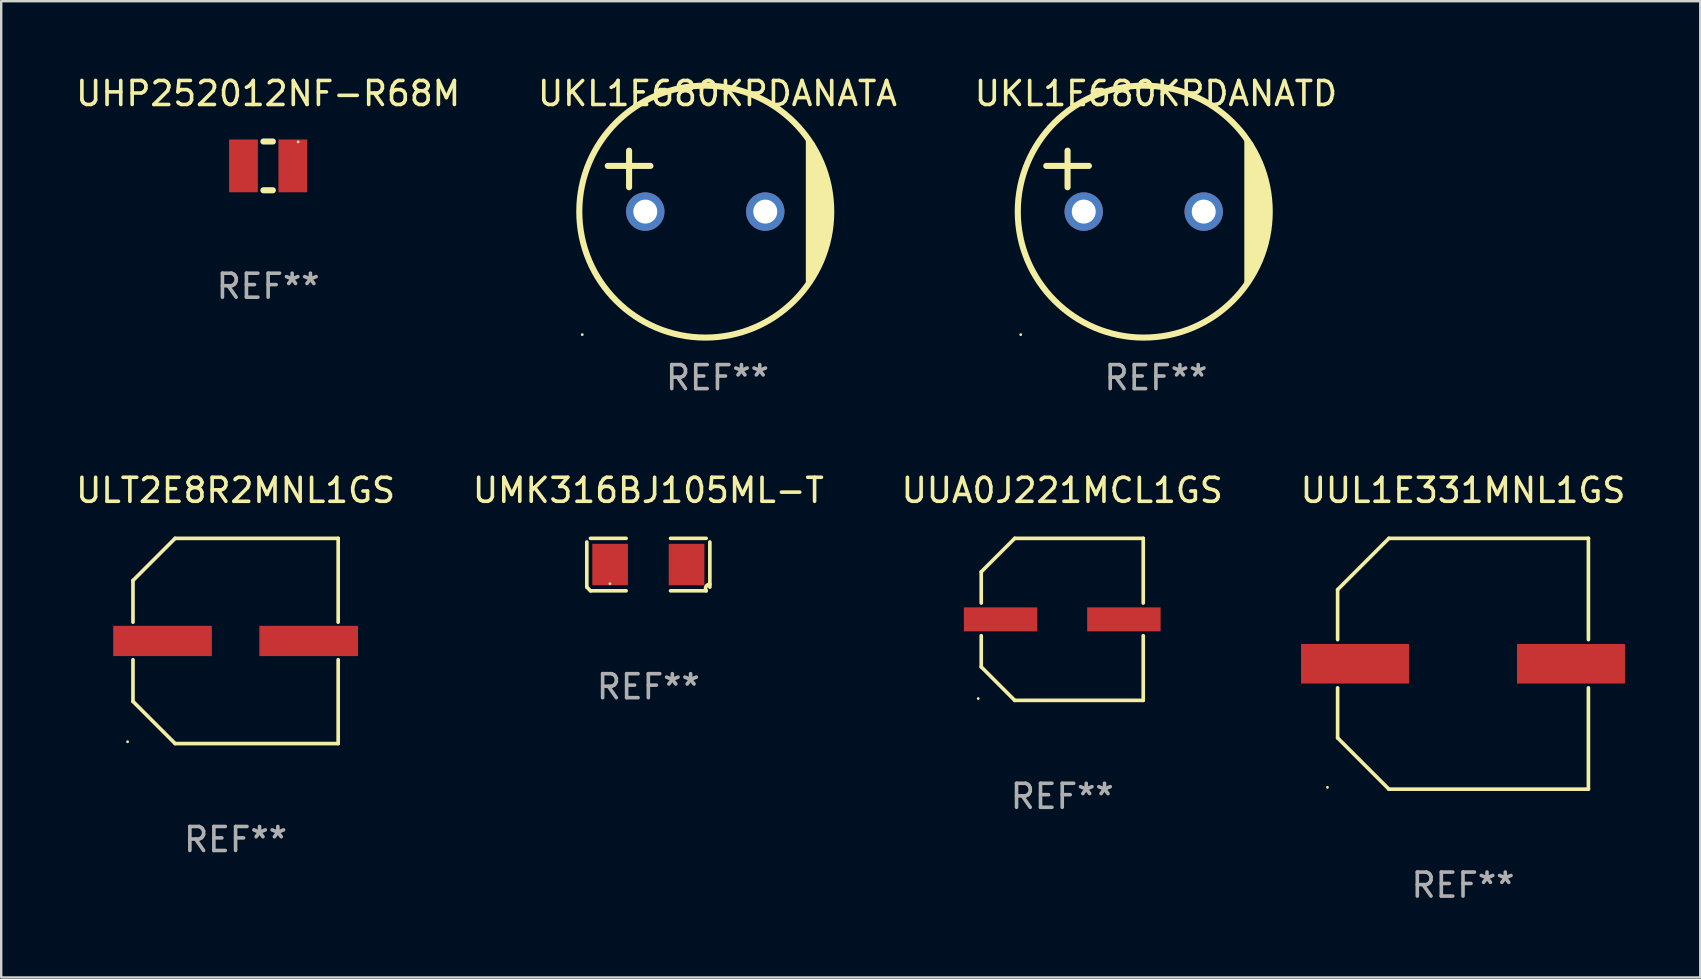
<source format=kicad_pcb>
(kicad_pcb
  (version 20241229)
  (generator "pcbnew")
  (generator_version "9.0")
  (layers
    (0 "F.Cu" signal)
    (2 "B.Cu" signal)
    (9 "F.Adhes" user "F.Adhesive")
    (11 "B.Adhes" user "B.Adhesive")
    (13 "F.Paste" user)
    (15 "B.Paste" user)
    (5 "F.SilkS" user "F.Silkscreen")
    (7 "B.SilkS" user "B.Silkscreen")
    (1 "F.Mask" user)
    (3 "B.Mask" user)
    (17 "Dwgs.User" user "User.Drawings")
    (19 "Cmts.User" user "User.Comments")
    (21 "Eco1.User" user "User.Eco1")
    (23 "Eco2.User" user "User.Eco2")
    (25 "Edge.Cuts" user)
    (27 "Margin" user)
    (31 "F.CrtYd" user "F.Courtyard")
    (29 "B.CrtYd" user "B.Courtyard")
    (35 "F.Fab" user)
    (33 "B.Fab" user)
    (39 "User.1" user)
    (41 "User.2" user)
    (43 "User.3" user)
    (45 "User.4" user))
  (footprint "UUA0J221MCL1GS"
    (layer "F.Cu")
    (at 41.22 22.763)
    (property "Reference" "UUA0J221MCL1GS" (at 0 -5.376 0) (layer "F.SilkS") (effects (font (size 1 1) (thickness 0.15))))
    (attr through_hole)
    (fp_line (start -3.376 -1.98) (end -3.376 -0.68) (stroke (width 0.152) (type solid)) (layer "F.SilkS"))
    (fp_line (start -3.376 -1.98) (end -1.98 -3.376) (stroke (width 0.152) (type solid)) (layer "F.SilkS"))
    (fp_line (start -3.376 0.68) (end -3.376 1.98) (stroke (width 0.152) (type solid)) (layer "F.SilkS"))
    (fp_line (start -3.376 1.98) (end -1.98 3.376) (stroke (width 0.152) (type solid)) (layer "F.SilkS"))
    (fp_line (start -1.98 -3.376) (end 3.376 -3.376) (stroke (width 0.152) (type solid)) (layer "F.SilkS"))
    (fp_line (start -1.98 3.376) (end 3.376 3.376) (stroke (width 0.152) (type solid)) (layer "F.SilkS"))
    (fp_line (start 3.376 -3.376) (end 3.376 -0.68) (stroke (width 0.152) (type solid)) (layer "F.SilkS"))
    (fp_line (start 3.376 0.68) (end 3.376 3.376) (stroke (width 0.152) (type solid)) (layer "F.SilkS"))
    (fp_circle (center -3.501 3.3) (end -3.471 3.3) (stroke (width 0.06) (type solid)) (fill no) (layer "F.SilkS"))
    (fp_text user "REF**" (at 0 7.376 0) (layer "F.Fab") (effects (font (size 1 1) (thickness 0.15))))
    (pad "1" smd rect (at -2.57 0.000013) (size 3.06 1) (layers "F.Cu" "F.Mask" "F.Paste"))
    (pad "2" smd rect (at 2.57 0.000013) (size 3.06 1) (layers "F.Cu" "F.Mask" "F.Paste")))
  (footprint "UHP252012NF-R68M"
    (layer "F.Cu")
    (at 8.125 3.864)
    (property "Reference" "UHP252012NF-R68M" (at 0 -3.016 0) (layer "F.SilkS") (effects (font (size 1 1) (thickness 0.15))))
    (attr through_hole)
    (fp_line (start -0.197 1.016) (end 0.197 1.016) (stroke (width 0.254) (type solid)) (layer "F.SilkS"))
    (fp_line (start 0.197 -1.016) (end -0.197 -1.016) (stroke (width 0.254) (type solid)) (layer "F.SilkS"))
    (fp_circle (center 1.25 -1) (end 1.28 -1) (stroke (width 0.06) (type solid)) (fill no) (layer "F.SilkS"))
    (fp_text user "REF**" (at 0 5.016 0) (layer "F.Fab") (effects (font (size 1 1) (thickness 0.15))))
    (pad "1" smd rect (at 1.028 0) (size 1.2 2.2) (layers "F.Cu" "F.Mask" "F.Paste"))
    (pad "2" smd rect (at -1.028 0) (size 1.2 2.2) (layers "F.Cu" "F.Mask" "F.Paste")))
  (footprint "UMK316BJ105ML-T"
    (layer "F.Cu")
    (at 23.97 20.479)
    (property "Reference" "UMK316BJ105ML-T" (at 0 -3.093 0) (layer "F.SilkS") (effects (font (size 1 1) (thickness 0.15))))
    (attr through_hole)
    (fp_line (start -2.564 0.94) (end -2.564 -0.94) (stroke (width 0.152) (type solid)) (layer "F.SilkS"))
    (fp_line (start -2.411 -1.093) (end -0.926 -1.093) (stroke (width 0.152) (type solid)) (layer "F.SilkS"))
    (fp_line (start -0.926 1.093) (end -2.411 1.093) (stroke (width 0.152) (type solid)) (layer "F.SilkS"))
    (fp_line (start 0.926 1.093) (end 2.411 1.093) (stroke (width 0.152) (type solid)) (layer "F.SilkS"))
    (fp_line (start 2.411 -1.093) (end 0.926 -1.093) (stroke (width 0.152) (type solid)) (layer "F.SilkS"))
    (fp_line (start 2.564 0.94) (end 2.564 -0.94) (stroke (width 0.152) (type solid)) (layer "F.SilkS"))
    (fp_arc (start -2.411201 1.092609) (mid -2.487413 1.01642) (end -2.563602 0.940208) (stroke (width 0.1524) (type solid)) (layer "F.SilkS"))
    (fp_arc (start 2.411201 1.092609) (mid 2.407159 0.911226) (end 2.563602 0.819347) (stroke (width 0.1524) (type solid)) (layer "F.SilkS"))
    (fp_circle (center -1.6 0.8) (end -1.57 0.8) (stroke (width 0.06) (type solid)) (fill no) (layer "F.SilkS"))
    (fp_text user "REF**" (at 0 5.093 0) (layer "F.Fab") (effects (font (size 1 1) (thickness 0.15))))
    (pad "1" smd rect (at -1.593 0) (size 1.485 1.728) (layers "F.Cu" "F.Mask" "F.Paste"))
    (pad "2" smd rect (at 1.593 0) (size 1.485 1.728) (layers "F.Cu" "F.Mask" "F.Paste")))
  (footprint "ULT2E8R2MNL1GS"
    (layer "F.Cu")
    (at 6.768 23.663)
    (property "Reference" "ULT2E8R2MNL1GS" (at 0 -6.276 0) (layer "F.SilkS") (effects (font (size 1 1) (thickness 0.15))))
    (attr through_hole)
    (fp_line (start -4.276 -2.52) (end -2.52 -4.276) (stroke (width 0.152) (type solid)) (layer "F.SilkS"))
    (fp_line (start -4.276 -0.782) (end -4.276 -2.52) (stroke (width 0.152) (type solid)) (layer "F.SilkS"))
    (fp_line (start -4.276 0.782) (end -4.276 2.52) (stroke (width 0.152) (type solid)) (layer "F.SilkS"))
    (fp_line (start -4.276 2.52) (end -2.52 4.276) (stroke (width 0.152) (type solid)) (layer "F.SilkS"))
    (fp_line (start -2.52 -4.276) (end 4.276 -4.276) (stroke (width 0.152) (type solid)) (layer "F.SilkS"))
    (fp_line (start -2.52 4.276) (end 4.276 4.276) (stroke (width 0.152) (type solid)) (layer "F.SilkS"))
    (fp_line (start 4.276 -4.276) (end 4.276 -0.782) (stroke (width 0.152) (type solid)) (layer "F.SilkS"))
    (fp_line (start 4.276 4.276) (end 4.276 0.782) (stroke (width 0.152) (type solid)) (layer "F.SilkS"))
    (fp_circle (center -4.5 4.2) (end -4.47 4.2) (stroke (width 0.06) (type solid)) (fill no) (layer "F.SilkS"))
    (fp_text user "REF**" (at 0 8.276 0) (layer "F.Fab") (effects (font (size 1 1) (thickness 0.15))))
    (pad "1" smd rect (at -3.045 0) (size 4.11 1.26) (layers "F.Cu" "F.Mask" "F.Paste"))
    (pad "2" smd rect (at 3.045 0) (size 4.11 1.26) (layers "F.Cu" "F.Mask" "F.Paste")))
  (footprint "UUL1E331MNL1GS"
    (layer "F.Cu")
    (at 57.923 24.613)
    (property "Reference" "UUL1E331MNL1GS" (at 0 -7.226 0) (layer "F.SilkS") (effects (font (size 1 1) (thickness 0.15))))
    (attr through_hole)
    (fp_line (start -5.226 -3.09) (end -5.226 -1.005) (stroke (width 0.152) (type solid)) (layer "F.SilkS"))
    (fp_line (start -5.226 1.005) (end -5.226 3.09) (stroke (width 0.152) (type solid)) (layer "F.SilkS"))
    (fp_line (start -3.09 -5.226) (end -5.226 -3.09) (stroke (width 0.152) (type solid)) (layer "F.SilkS"))
    (fp_line (start -3.09 5.226) (end -5.226 3.09) (stroke (width 0.152) (type solid)) (layer "F.SilkS"))
    (fp_line (start 5.226 -5.226) (end -3.09 -5.226) (stroke (width 0.152) (type solid)) (layer "F.SilkS"))
    (fp_line (start 5.226 -1.005) (end 5.226 -5.226) (stroke (width 0.152) (type solid)) (layer "F.SilkS"))
    (fp_line (start 5.226 5.226) (end -3.09 5.226) (stroke (width 0.152) (type solid)) (layer "F.SilkS"))
    (fp_line (start 5.226 5.226) (end 5.226 1.005) (stroke (width 0.152) (type solid)) (layer "F.SilkS"))
    (fp_circle (center -5.65 5.15) (end -5.62 5.15) (stroke (width 0.06) (type solid)) (fill no) (layer "F.SilkS"))
    (fp_text user "REF**" (at 0 9.226 0) (layer "F.Fab") (effects (font (size 1 1) (thickness 0.15))))
    (pad "1" smd rect (at -4.5 0) (size 4.5 1.65) (layers "F.Cu" "F.Mask" "F.Paste"))
    (pad "2" smd rect (at 4.5 0) (size 4.5 1.65) (layers "F.Cu" "F.Mask" "F.Paste")))
  (footprint "UKL1E680KPDANATD"
    (layer "F.Cu")
    (at 45.125 5.769)
    (property "Reference" "UKL1E680KPDANATD" (at 0 -4.921 0) (layer "F.SilkS") (effects (font (size 1 1) (thickness 0.15))))
    (attr through_hole)
    (fp_line (start -4.572 -1.905) (end -2.794 -1.905) (stroke (width 0.254) (type solid)) (layer "F.SilkS"))
    (fp_line (start -3.683 -2.54) (end -3.683 -1.016) (stroke (width 0.254) (type solid)) (layer "F.SilkS"))
    (fp_line (start 3.81 -2.921) (end 3.81 2.921) (stroke (width 0.254) (type solid)) (layer "F.SilkS"))
    (fp_line (start 3.937 -2.794) (end 3.937 2.667) (stroke (width 0.254) (type solid)) (layer "F.SilkS"))
    (fp_line (start 4.064 -2.54) (end 4.064 2.413) (stroke (width 0.254) (type solid)) (layer "F.SilkS"))
    (fp_line (start 4.191 -2.286) (end 4.191 2.286) (stroke (width 0.254) (type solid)) (layer "F.SilkS"))
    (fp_line (start 4.318 -2.032) (end 4.318 2.032) (stroke (width 0.254) (type solid)) (layer "F.SilkS"))
    (fp_line (start 4.445 -1.524) (end 4.445 1.651) (stroke (width 0.254) (type solid)) (layer "F.SilkS"))
    (fp_line (start 4.572 0.762) (end 4.572 -0.722) (stroke (width 0.254) (type solid)) (layer "F.SilkS"))
    (fp_circle (center -5.635 5.127) (end -5.605 5.127) (stroke (width 0.06) (type solid)) (fill no) (layer "F.SilkS"))
    (fp_circle (center -0.508 0) (end 4.742 0) (stroke (width 0.254) (type solid)) (fill no) (layer "F.SilkS"))
    (fp_text user "REF**" (at 0 6.921 0) (layer "F.Fab") (effects (font (size 1 1) (thickness 0.15))))
    (pad "1" thru_hole circle (at -3.008 0) (size 1.6 1.6) (drill 1) (layers "*.Cu" "*.Mask"))
    (pad "2" thru_hole circle (at 1.992 0) (size 1.6 1.6) (drill 1) (layers "*.Cu" "*.Mask")))
  (footprint "UKL1E680KPDANATA"
    (layer "F.Cu")
    (at 26.851 5.769)
    (property "Reference" "UKL1E680KPDANATA" (at 0 -4.921 0) (layer "F.SilkS") (effects (font (size 1 1) (thickness 0.15))))
    (attr through_hole)
    (fp_line (start -4.572 -1.905) (end -2.794 -1.905) (stroke (width 0.254) (type solid)) (layer "F.SilkS"))
    (fp_line (start -3.683 -2.54) (end -3.683 -1.016) (stroke (width 0.254) (type solid)) (layer "F.SilkS"))
    (fp_line (start 3.81 -2.921) (end 3.81 2.921) (stroke (width 0.254) (type solid)) (layer "F.SilkS"))
    (fp_line (start 3.937 -2.794) (end 3.937 2.667) (stroke (width 0.254) (type solid)) (layer "F.SilkS"))
    (fp_line (start 4.064 -2.54) (end 4.064 2.413) (stroke (width 0.254) (type solid)) (layer "F.SilkS"))
    (fp_line (start 4.191 -2.286) (end 4.191 2.286) (stroke (width 0.254) (type solid)) (layer "F.SilkS"))
    (fp_line (start 4.318 -2.032) (end 4.318 2.032) (stroke (width 0.254) (type solid)) (layer "F.SilkS"))
    (fp_line (start 4.445 -1.524) (end 4.445 1.651) (stroke (width 0.254) (type solid)) (layer "F.SilkS"))
    (fp_line (start 4.572 0.762) (end 4.572 -0.722) (stroke (width 0.254) (type solid)) (layer "F.SilkS"))
    (fp_circle (center -5.635 5.127) (end -5.605 5.127) (stroke (width 0.06) (type solid)) (fill no) (layer "F.SilkS"))
    (fp_circle (center -0.508 0) (end 4.742 0) (stroke (width 0.254) (type solid)) (fill no) (layer "F.SilkS"))
    (fp_text user "REF**" (at 0 6.921 0) (layer "F.Fab") (effects (font (size 1 1) (thickness 0.15))))
    (pad "1" thru_hole circle (at -3.008 0) (size 1.6 1.6) (drill 1) (layers "*.Cu" "*.Mask"))
    (pad "2" thru_hole circle (at 1.992 0) (size 1.6 1.6) (drill 1) (layers "*.Cu" "*.Mask")))
  (gr_rect
    (start -3 -3)
    (end 67.81 37.687)
    (stroke (width 0.1) (type default))
    (fill no)
    (layer "Edge.Cuts")))
</source>
